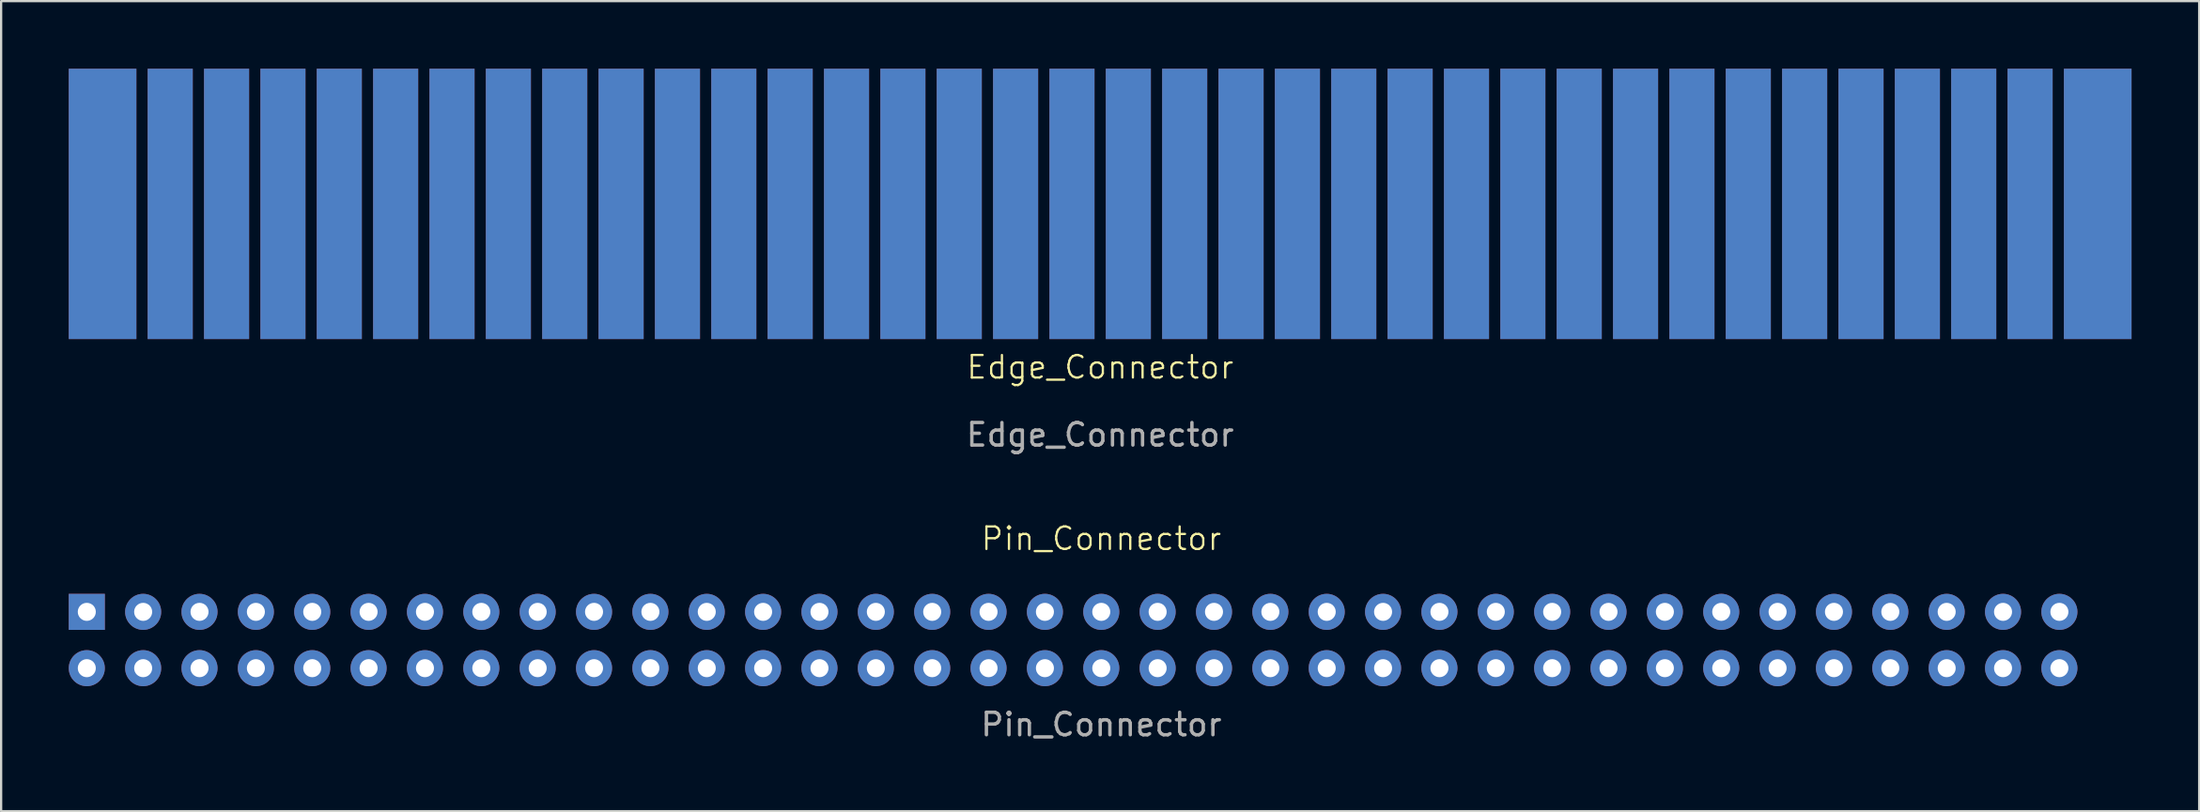
<source format=kicad_pcb>
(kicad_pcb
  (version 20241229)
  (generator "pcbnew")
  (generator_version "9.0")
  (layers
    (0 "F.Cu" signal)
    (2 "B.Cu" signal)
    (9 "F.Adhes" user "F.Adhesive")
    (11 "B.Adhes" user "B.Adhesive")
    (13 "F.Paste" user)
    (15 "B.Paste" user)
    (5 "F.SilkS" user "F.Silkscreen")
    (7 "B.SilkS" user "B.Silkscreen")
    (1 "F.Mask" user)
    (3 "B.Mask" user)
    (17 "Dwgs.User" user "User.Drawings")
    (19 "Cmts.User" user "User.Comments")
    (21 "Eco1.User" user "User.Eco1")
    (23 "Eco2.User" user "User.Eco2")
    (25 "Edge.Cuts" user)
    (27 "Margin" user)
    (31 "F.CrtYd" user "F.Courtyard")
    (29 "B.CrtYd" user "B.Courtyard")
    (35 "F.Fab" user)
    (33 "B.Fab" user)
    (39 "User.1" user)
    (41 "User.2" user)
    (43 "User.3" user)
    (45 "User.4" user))
  (footprint "Edge_Connector"
    (layer "F.Cu")
    (at 45.75 13.75)
    (property "Reference" "Edge_Connector" (at 0 -0.5 0) (unlocked yes) (layer "F.SilkS") (effects (font (size 1 1) (thickness 0.1))))
    (attr through_hole)
    (fp_text user "${REFERENCE}" (at 0 2.5 0) (unlocked yes) (layer "F.Fab") (effects (font (size 1 1) (thickness 0.15))))
    (pad "1" connect rect (at -44.25 -7.75) (size 3 12) (layers "F.Cu"))
    (pad "2" connect rect (at -41.25 -7.75) (size 2 12) (layers "F.Cu"))
    (pad "3" connect rect (at -38.75 -7.75) (size 2 12) (layers "F.Cu"))
    (pad "4" connect rect (at -36.25 -7.75) (size 2 12) (layers "F.Cu"))
    (pad "5" connect rect (at -33.75 -7.75) (size 2 12) (layers "F.Cu"))
    (pad "6" connect rect (at -31.25 -7.75) (size 2 12) (layers "F.Cu"))
    (pad "7" connect rect (at -28.75 -7.75) (size 2 12) (layers "F.Cu"))
    (pad "8" connect rect (at -26.25 -7.75) (size 2 12) (layers "F.Cu"))
    (pad "9" connect rect (at -23.75 -7.75) (size 2 12) (layers "F.Cu"))
    (pad "10" connect rect (at -21.25 -7.75) (size 2 12) (layers "F.Cu"))
    (pad "11" connect rect (at -18.75 -7.75) (size 2 12) (layers "F.Cu"))
    (pad "12" connect rect (at -16.25 -7.75) (size 2 12) (layers "F.Cu"))
    (pad "13" connect rect (at -13.75 -7.75) (size 2 12) (layers "F.Cu"))
    (pad "14" connect rect (at -11.25 -7.75) (size 2 12) (layers "F.Cu"))
    (pad "15" connect rect (at -8.75 -7.75) (size 2 12) (layers "F.Cu"))
    (pad "16" connect rect (at -6.25 -7.75) (size 2 12) (layers "F.Cu"))
    (pad "17" connect rect (at -3.75 -7.75) (size 2 12) (layers "F.Cu"))
    (pad "18" connect rect (at -1.25 -7.75) (size 2 12) (layers "F.Cu"))
    (pad "19" connect rect (at 1.25 -7.75) (size 2 12) (layers "F.Cu"))
    (pad "20" connect rect (at 3.75 -7.75) (size 2 12) (layers "F.Cu"))
    (pad "21" connect rect (at 6.25 -7.75) (size 2 12) (layers "F.Cu"))
    (pad "22" connect rect (at 8.75 -7.75) (size 2 12) (layers "F.Cu"))
    (pad "23" connect rect (at 11.25 -7.75) (size 2 12) (layers "F.Cu"))
    (pad "24" connect rect (at 13.75 -7.75) (size 2 12) (layers "F.Cu"))
    (pad "25" connect rect (at 16.25 -7.75) (size 2 12) (layers "F.Cu"))
    (pad "26" connect rect (at 18.75 -7.75) (size 2 12) (layers "F.Cu"))
    (pad "27" connect rect (at 21.25 -7.75) (size 2 12) (layers "F.Cu"))
    (pad "28" connect rect (at 23.75 -7.75) (size 2 12) (layers "F.Cu"))
    (pad "29" connect rect (at 26.25 -7.75) (size 2 12) (layers "F.Cu"))
    (pad "30" connect rect (at 28.75 -7.75) (size 2 12) (layers "F.Cu"))
    (pad "31" connect rect (at 31.25 -7.75) (size 2 12) (layers "F.Cu"))
    (pad "32" connect rect (at 33.75 -7.75) (size 2 12) (layers "F.Cu"))
    (pad "33" connect rect (at 36.25 -7.75) (size 2 12) (layers "F.Cu"))
    (pad "34" connect rect (at 38.75 -7.75) (size 2 12) (layers "F.Cu"))
    (pad "35" connect rect (at 41.25 -7.75) (size 2 12) (layers "F.Cu"))
    (pad "36" connect rect (at 44.25 -7.75) (size 3 12) (layers "F.Cu"))
    (pad "37" connect rect (at -44.25 -7.75) (size 3 12) (layers "B.Cu"))
    (pad "38" connect rect (at -41.25 -7.75) (size 2 12) (layers "B.Cu"))
    (pad "39" connect rect (at -38.75 -7.75) (size 2 12) (layers "B.Cu"))
    (pad "40" connect rect (at -36.25 -7.75) (size 2 12) (layers "B.Cu"))
    (pad "41" connect rect (at -33.75 -7.75) (size 2 12) (layers "B.Cu"))
    (pad "42" connect rect (at -31.25 -7.75) (size 2 12) (layers "B.Cu"))
    (pad "43" connect rect (at -28.75 -7.75) (size 2 12) (layers "B.Cu"))
    (pad "44" connect rect (at -26.25 -7.75) (size 2 12) (layers "B.Cu"))
    (pad "45" connect rect (at -23.75 -7.75) (size 2 12) (layers "B.Cu"))
    (pad "46" connect rect (at -21.25 -7.75) (size 2 12) (layers "B.Cu"))
    (pad "47" connect rect (at -18.75 -7.75) (size 2 12) (layers "B.Cu"))
    (pad "48" connect rect (at -16.25 -7.75) (size 2 12) (layers "B.Cu"))
    (pad "49" connect rect (at -13.75 -7.75) (size 2 12) (layers "B.Cu"))
    (pad "50" connect rect (at -11.25 -7.75) (size 2 12) (layers "B.Cu"))
    (pad "51" connect rect (at -8.75 -7.75) (size 2 12) (layers "B.Cu"))
    (pad "52" connect rect (at -6.25 -7.75) (size 2 12) (layers "B.Cu"))
    (pad "53" connect rect (at -3.75 -7.75) (size 2 12) (layers "B.Cu"))
    (pad "54" connect rect (at -1.25 -7.75) (size 2 12) (layers "B.Cu"))
    (pad "55" connect rect (at 1.25 -7.75) (size 2 12) (layers "B.Cu"))
    (pad "56" connect rect (at 3.75 -7.75) (size 2 12) (layers "B.Cu"))
    (pad "57" connect rect (at 6.25 -7.75) (size 2 12) (layers "B.Cu"))
    (pad "58" connect rect (at 8.75 -7.75) (size 2 12) (layers "B.Cu"))
    (pad "59" connect rect (at 11.25 -7.75) (size 2 12) (layers "B.Cu"))
    (pad "60" connect rect (at 13.75 -7.75) (size 2 12) (layers "B.Cu"))
    (pad "61" connect rect (at 16.25 -7.75) (size 2 12) (layers "B.Cu"))
    (pad "62" connect rect (at 18.75 -7.75) (size 2 12) (layers "B.Cu"))
    (pad "63" connect rect (at 21.25 -7.75) (size 2 12) (layers "B.Cu"))
    (pad "64" connect rect (at 23.75 -7.75) (size 2 12) (layers "B.Cu"))
    (pad "65" connect rect (at 26.25 -7.75) (size 2 12) (layers "B.Cu"))
    (pad "66" connect rect (at 28.75 -7.75) (size 2 12) (layers "B.Cu"))
    (pad "67" connect rect (at 31.25 -7.75) (size 2 12) (layers "B.Cu"))
    (pad "68" connect rect (at 33.75 -7.75) (size 2 12) (layers "B.Cu"))
    (pad "69" connect rect (at 36.25 -7.75) (size 2 12) (layers "B.Cu"))
    (pad "70" connect rect (at 38.75 -7.75) (size 2 12) (layers "B.Cu"))
    (pad "71" connect rect (at 41.25 -7.75) (size 2 12) (layers "B.Cu"))
    (pad "72" connect rect (at 44.25 -7.75) (size 3 12) (layers "B.Cu")))
  (footprint "Pin_Connector"
    (layer "F.Cu")
    (at 45.8 26.609)
    (property "Reference" "Pin_Connector" (at 0 -5.75 0) (unlocked yes) (layer "F.SilkS") (effects (font (size 1 1) (thickness 0.1))))
    (attr through_hole)
    (fp_text user "${REFERENCE}" (at 0 2.5 0) (unlocked yes) (layer "F.Fab") (effects (font (size 1 1) (thickness 0.15))))
    (pad "1" thru_hole rect (at -45 -2.5) (size 1.6 1.6) (drill 0.8) (layers "*.Cu" "*.Mask"))
    (pad "2" thru_hole circle (at -42.5 -2.5) (size 1.6 1.6) (drill 0.8) (layers "*.Cu" "*.Mask"))
    (pad "3" thru_hole circle (at -40 -2.5) (size 1.6 1.6) (drill 0.8) (layers "*.Cu" "*.Mask"))
    (pad "4" thru_hole circle (at -37.5 -2.5) (size 1.6 1.6) (drill 0.8) (layers "*.Cu" "*.Mask"))
    (pad "5" thru_hole circle (at -35 -2.5) (size 1.6 1.6) (drill 0.8) (layers "*.Cu" "*.Mask"))
    (pad "6" thru_hole circle (at -32.5 -2.5) (size 1.6 1.6) (drill 0.8) (layers "*.Cu" "*.Mask"))
    (pad "7" thru_hole circle (at -30 -2.5) (size 1.6 1.6) (drill 0.8) (layers "*.Cu" "*.Mask"))
    (pad "8" thru_hole circle (at -27.5 -2.5) (size 1.6 1.6) (drill 0.8) (layers "*.Cu" "*.Mask"))
    (pad "9" thru_hole circle (at -25 -2.5) (size 1.6 1.6) (drill 0.8) (layers "*.Cu" "*.Mask"))
    (pad "10" thru_hole circle (at -22.5 -2.5) (size 1.6 1.6) (drill 0.8) (layers "*.Cu" "*.Mask"))
    (pad "11" thru_hole circle (at -20 -2.5) (size 1.6 1.6) (drill 0.8) (layers "*.Cu" "*.Mask"))
    (pad "12" thru_hole circle (at -17.5 -2.5) (size 1.6 1.6) (drill 0.8) (layers "*.Cu" "*.Mask"))
    (pad "13" thru_hole circle (at -15 -2.5) (size 1.6 1.6) (drill 0.8) (layers "*.Cu" "*.Mask"))
    (pad "14" thru_hole circle (at -12.5 -2.5) (size 1.6 1.6) (drill 0.8) (layers "*.Cu" "*.Mask"))
    (pad "15" thru_hole circle (at -10 -2.5) (size 1.6 1.6) (drill 0.8) (layers "*.Cu" "*.Mask"))
    (pad "16" thru_hole circle (at -7.5 -2.5) (size 1.6 1.6) (drill 0.8) (layers "*.Cu" "*.Mask"))
    (pad "17" thru_hole circle (at -5 -2.5) (size 1.6 1.6) (drill 0.8) (layers "*.Cu" "*.Mask"))
    (pad "18" thru_hole circle (at -2.5 -2.5) (size 1.6 1.6) (drill 0.8) (layers "*.Cu" "*.Mask"))
    (pad "19" thru_hole circle (at 0 -2.5) (size 1.6 1.6) (drill 0.8) (layers "*.Cu" "*.Mask"))
    (pad "20" thru_hole circle (at 2.5 -2.5) (size 1.6 1.6) (drill 0.8) (layers "*.Cu" "*.Mask"))
    (pad "21" thru_hole circle (at 5 -2.5) (size 1.6 1.6) (drill 0.8) (layers "*.Cu" "*.Mask"))
    (pad "22" thru_hole circle (at 7.5 -2.5) (size 1.6 1.6) (drill 0.8) (layers "*.Cu" "*.Mask"))
    (pad "23" thru_hole circle (at 10 -2.5) (size 1.6 1.6) (drill 0.8) (layers "*.Cu" "*.Mask"))
    (pad "24" thru_hole circle (at 12.5 -2.5) (size 1.6 1.6) (drill 0.8) (layers "*.Cu" "*.Mask"))
    (pad "25" thru_hole circle (at 15 -2.5) (size 1.6 1.6) (drill 0.8) (layers "*.Cu" "*.Mask"))
    (pad "26" thru_hole circle (at 17.5 -2.5) (size 1.6 1.6) (drill 0.8) (layers "*.Cu" "*.Mask"))
    (pad "27" thru_hole circle (at 20 -2.5) (size 1.6 1.6) (drill 0.8) (layers "*.Cu" "*.Mask"))
    (pad "28" thru_hole circle (at 22.5 -2.5) (size 1.6 1.6) (drill 0.8) (layers "*.Cu" "*.Mask"))
    (pad "29" thru_hole circle (at 25 -2.5) (size 1.6 1.6) (drill 0.8) (layers "*.Cu" "*.Mask"))
    (pad "30" thru_hole circle (at 27.5 -2.5) (size 1.6 1.6) (drill 0.8) (layers "*.Cu" "*.Mask"))
    (pad "31" thru_hole circle (at 30 -2.5) (size 1.6 1.6) (drill 0.8) (layers "*.Cu" "*.Mask"))
    (pad "32" thru_hole circle (at 32.5 -2.5) (size 1.6 1.6) (drill 0.8) (layers "*.Cu" "*.Mask"))
    (pad "33" thru_hole circle (at 35 -2.5) (size 1.6 1.6) (drill 0.8) (layers "*.Cu" "*.Mask"))
    (pad "34" thru_hole circle (at 37.5 -2.5) (size 1.6 1.6) (drill 0.8) (layers "*.Cu" "*.Mask"))
    (pad "35" thru_hole circle (at 40 -2.5) (size 1.6 1.6) (drill 0.8) (layers "*.Cu" "*.Mask"))
    (pad "36" thru_hole circle (at 42.5 -2.5) (size 1.6 1.6) (drill 0.8) (layers "*.Cu" "*.Mask"))
    (pad "37" thru_hole circle (at -45 0) (size 1.6 1.6) (drill 0.8) (layers "*.Cu" "*.Mask"))
    (pad "38" thru_hole circle (at -42.5 0) (size 1.6 1.6) (drill 0.8) (layers "*.Cu" "*.Mask"))
    (pad "39" thru_hole circle (at -40 0) (size 1.6 1.6) (drill 0.8) (layers "*.Cu" "*.Mask"))
    (pad "40" thru_hole circle (at -37.5 0) (size 1.6 1.6) (drill 0.8) (layers "*.Cu" "*.Mask"))
    (pad "41" thru_hole circle (at -35 0) (size 1.6 1.6) (drill 0.8) (layers "*.Cu" "*.Mask"))
    (pad "42" thru_hole circle (at -32.5 0) (size 1.6 1.6) (drill 0.8) (layers "*.Cu" "*.Mask"))
    (pad "43" thru_hole circle (at -30 0) (size 1.6 1.6) (drill 0.8) (layers "*.Cu" "*.Mask"))
    (pad "44" thru_hole circle (at -27.5 0) (size 1.6 1.6) (drill 0.8) (layers "*.Cu" "*.Mask"))
    (pad "45" thru_hole circle (at -25 0) (size 1.6 1.6) (drill 0.8) (layers "*.Cu" "*.Mask"))
    (pad "46" thru_hole circle (at -22.5 0) (size 1.6 1.6) (drill 0.8) (layers "*.Cu" "*.Mask"))
    (pad "47" thru_hole circle (at -20 0) (size 1.6 1.6) (drill 0.8) (layers "*.Cu" "*.Mask"))
    (pad "48" thru_hole circle (at -17.5 0) (size 1.6 1.6) (drill 0.8) (layers "*.Cu" "*.Mask"))
    (pad "49" thru_hole circle (at -15 0) (size 1.6 1.6) (drill 0.8) (layers "*.Cu" "*.Mask"))
    (pad "50" thru_hole circle (at -12.5 0) (size 1.6 1.6) (drill 0.8) (layers "*.Cu" "*.Mask"))
    (pad "51" thru_hole circle (at -10 0) (size 1.6 1.6) (drill 0.8) (layers "*.Cu" "*.Mask"))
    (pad "52" thru_hole circle (at -7.5 0) (size 1.6 1.6) (drill 0.8) (layers "*.Cu" "*.Mask"))
    (pad "53" thru_hole circle (at -5 0) (size 1.6 1.6) (drill 0.8) (layers "*.Cu" "*.Mask"))
    (pad "54" thru_hole circle (at -2.5 0) (size 1.6 1.6) (drill 0.8) (layers "*.Cu" "*.Mask"))
    (pad "55" thru_hole circle (at 0 0) (size 1.6 1.6) (drill 0.8) (layers "*.Cu" "*.Mask"))
    (pad "56" thru_hole circle (at 2.5 0) (size 1.6 1.6) (drill 0.8) (layers "*.Cu" "*.Mask"))
    (pad "57" thru_hole circle (at 5 0) (size 1.6 1.6) (drill 0.8) (layers "*.Cu" "*.Mask"))
    (pad "58" thru_hole circle (at 7.5 0) (size 1.6 1.6) (drill 0.8) (layers "*.Cu" "*.Mask"))
    (pad "59" thru_hole circle (at 10 0) (size 1.6 1.6) (drill 0.8) (layers "*.Cu" "*.Mask"))
    (pad "60" thru_hole circle (at 12.5 0) (size 1.6 1.6) (drill 0.8) (layers "*.Cu" "*.Mask"))
    (pad "61" thru_hole circle (at 15 0) (size 1.6 1.6) (drill 0.8) (layers "*.Cu" "*.Mask"))
    (pad "62" thru_hole circle (at 17.5 0) (size 1.6 1.6) (drill 0.8) (layers "*.Cu" "*.Mask"))
    (pad "63" thru_hole circle (at 20 0) (size 1.6 1.6) (drill 0.8) (layers "*.Cu" "*.Mask"))
    (pad "64" thru_hole circle (at 22.5 0) (size 1.6 1.6) (drill 0.8) (layers "*.Cu" "*.Mask"))
    (pad "65" thru_hole circle (at 25 0) (size 1.6 1.6) (drill 0.8) (layers "*.Cu" "*.Mask"))
    (pad "66" thru_hole circle (at 27.5 0) (size 1.6 1.6) (drill 0.8) (layers "*.Cu" "*.Mask"))
    (pad "67" thru_hole circle (at 30 0) (size 1.6 1.6) (drill 0.8) (layers "*.Cu" "*.Mask"))
    (pad "68" thru_hole circle (at 32.5 0) (size 1.6 1.6) (drill 0.8) (layers "*.Cu" "*.Mask"))
    (pad "69" thru_hole circle (at 35 0) (size 1.6 1.6) (drill 0.8) (layers "*.Cu" "*.Mask"))
    (pad "70" thru_hole circle (at 37.5 0) (size 1.6 1.6) (drill 0.8) (layers "*.Cu" "*.Mask"))
    (pad "71" thru_hole circle (at 40 0) (size 1.6 1.6) (drill 0.8) (layers "*.Cu" "*.Mask"))
    (pad "72" thru_hole circle (at 42.5 0) (size 1.6 1.6) (drill 0.8) (layers "*.Cu" "*.Mask")))
  (gr_rect
    (start -3 -3)
    (end 94.5 32.957)
    (stroke (width 0.1) (type default))
    (fill no)
    (layer "Edge.Cuts")))
</source>
